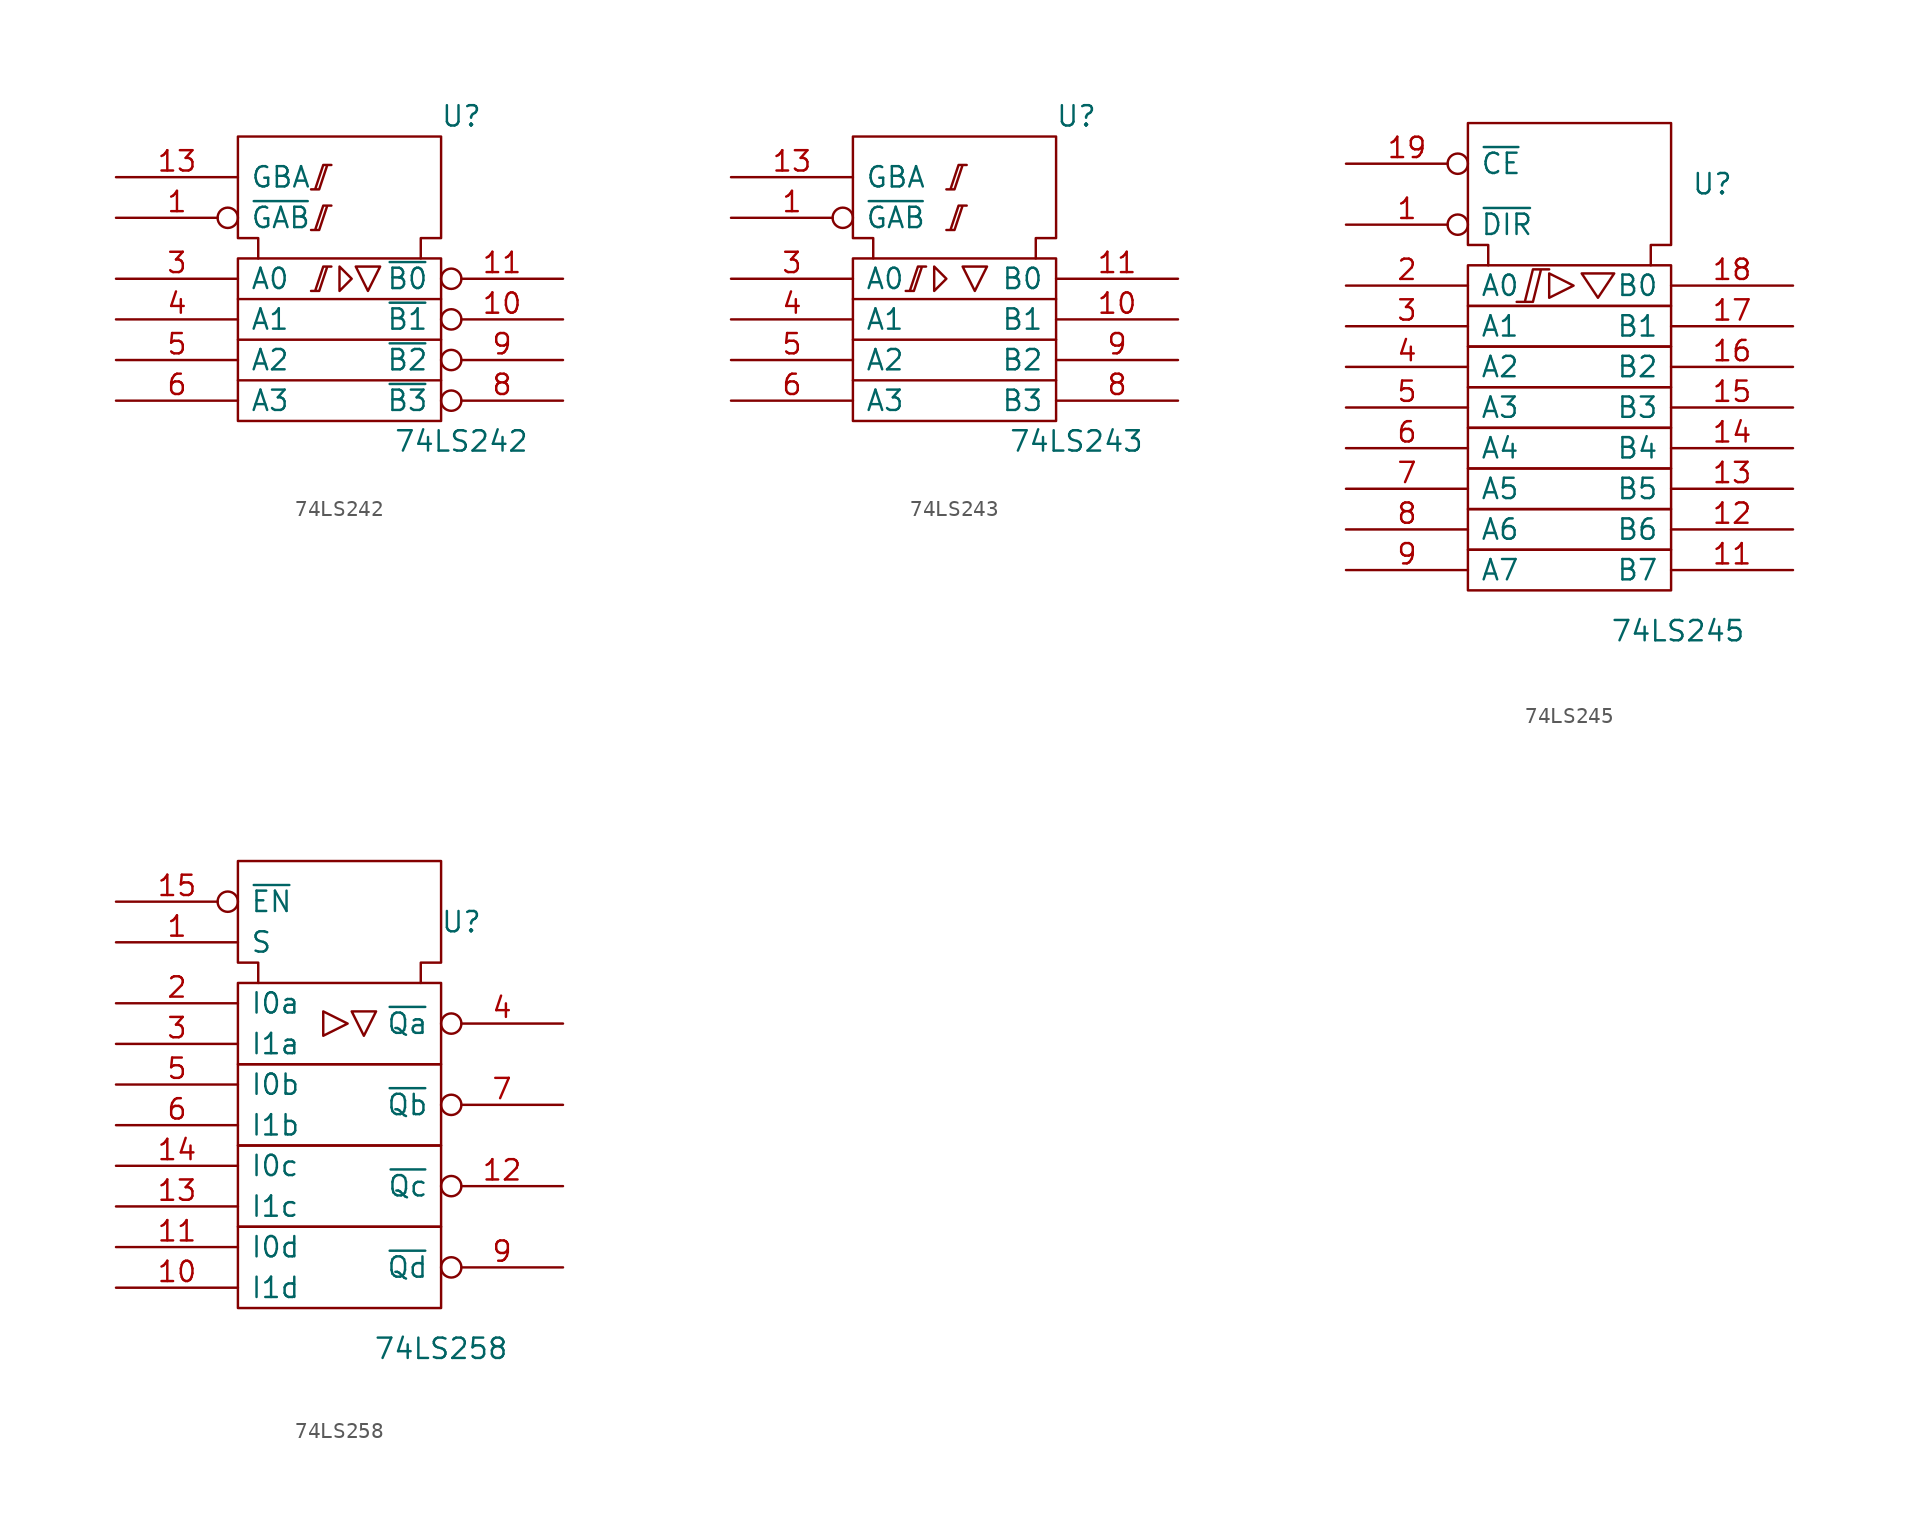
<source format=kicad_sym>
(kicad_symbol_lib
  (version 20201005)
  (generator kicad_symbol_editor)
  (symbol "74LS242"
    (pin_names
      (offset 0.762))
    (property "Reference" "U"
      (at 7.62 12.7 0)
      (effects (font (size 1.27 1.27))))
    (property "Value" "74LS242"
      (at 7.62 -7.62 0)
      (effects (font (size 1.27 1.27))))
    (symbol "74LS242_0_0"
      (pin power_in line (at 1.27 11.43 270) (length 0) hide (name "GND" (effects (font (size 1.27 1.27)))) (number "7" (effects (font (size 1.27 1.27)))))
      (pin power_in line (at 5.08 11.43 270) (length 0) hide (name "VCC" (effects (font (size 1.27 1.27)))) (number "14" (effects (font (size 1.27 1.27))))))
    (symbol "74LS242_0_1"
      (rectangle (start -6.35 3.81) (end 6.35 -6.35) (stroke (width 0)) (fill (type none)))
      (polyline (pts (xy -1.778 5.588) (xy -1.27 5.588) (xy -0.762 7.112) (xy -0.508 7.112) (xy -1.016 7.112) (xy -1.524 5.588) (xy -1.524 5.588)) (stroke (width 0)) (fill (type none)))
      (polyline (pts (xy -6.35 -3.81) (xy 6.35 -3.81) (xy 6.35 -3.81)) (stroke (width 0)) (fill (type none)))
      (polyline (pts (xy -1.778 1.778) (xy -1.27 1.778) (xy -0.762 3.302) (xy -0.508 3.302) (xy -1.016 3.302) (xy -1.524 1.778) (xy -1.524 1.778)) (stroke (width 0)) (fill (type none)))
      (polyline (pts (xy 0 3.302) (xy 0 1.778) (xy 0.762 2.54) (xy 0 3.302) (xy 0 3.302)) (stroke (width 0)) (fill (type none)))
      (polyline (pts (xy -5.08 3.81) (xy -5.08 5.08) (xy -6.35 5.08) (xy -6.35 11.43) (xy 6.35 11.43) (xy 6.35 5.08) (xy 5.08 5.08) (xy 5.08 3.81) (xy 5.08 3.81)) (stroke (width 0)) (fill (type none)))
      (polyline (pts (xy 1.016 3.302) (xy 2.54 3.302) (xy 1.778 1.778) (xy 1.016 3.302) (xy 1.016 3.302)) (stroke (width 0)) (fill (type none)))
      (polyline (pts (xy -6.35 -1.27) (xy 6.35 -1.27) (xy 6.35 -1.27)) (stroke (width 0)) (fill (type none)))
      (polyline (pts (xy -6.35 1.27) (xy 6.35 1.27) (xy 6.35 1.27)) (stroke (width 0)) (fill (type none)))
      (polyline (pts (xy -1.778 8.128) (xy -1.27 8.128) (xy -0.762 9.652) (xy -0.508 9.652) (xy -1.016 9.652) (xy -1.524 8.128) (xy -1.524 8.128)) (stroke (width 0)) (fill (type none))))
    (symbol "74LS242_1_1"
      (pin tri_state inverted (at 13.97 -5.08 180) (length 7.62) (name "~B3" (effects (font (size 1.27 1.27)))) (number "8" (effects (font (size 1.27 1.27)))))
      (pin tri_state inverted (at 13.97 -2.54 180) (length 7.62) (name "~B2" (effects (font (size 1.27 1.27)))) (number "9" (effects (font (size 1.27 1.27)))))
      (pin tri_state inverted (at 13.97 0 180) (length 7.62) (name "~B1" (effects (font (size 1.27 1.27)))) (number "10" (effects (font (size 1.27 1.27)))))
      (pin tri_state inverted (at 13.97 2.54 180) (length 7.62) (name "~B0" (effects (font (size 1.27 1.27)))) (number "11" (effects (font (size 1.27 1.27)))))
      (pin input line (at -13.97 -5.08 0) (length 7.62) (name "A3" (effects (font (size 1.27 1.27)))) (number "6" (effects (font (size 1.27 1.27)))))
      (pin input line (at -13.97 -2.54 0) (length 7.62) (name "A2" (effects (font (size 1.27 1.27)))) (number "5" (effects (font (size 1.27 1.27)))))
      (pin input line (at -13.97 0 0) (length 7.62) (name "A1" (effects (font (size 1.27 1.27)))) (number "4" (effects (font (size 1.27 1.27)))))
      (pin input line (at -13.97 2.54 0) (length 7.62) (name "A0" (effects (font (size 1.27 1.27)))) (number "3" (effects (font (size 1.27 1.27)))))
      (pin input inverted (at -13.97 6.35 0) (length 7.62) (name "~GAB" (effects (font (size 1.27 1.27)))) (number "1" (effects (font (size 1.27 1.27)))))
      (pin input line (at -13.97 8.89 0) (length 7.62) (name "GBA" (effects (font (size 1.27 1.27)))) (number "13" (effects (font (size 1.27 1.27)))))))
  (symbol "74LS243"
    (pin_names
      (offset 0.762))
    (property "Reference" "U"
      (at 7.62 12.7 0)
      (effects (font (size 1.27 1.27))))
    (property "Value" "74LS243"
      (at 7.62 -7.62 0)
      (effects (font (size 1.27 1.27))))
    (symbol "74LS243_0_0"
      (pin power_in line (at 1.27 11.43 270) (length 0) hide (name "GND" (effects (font (size 1.27 1.27)))) (number "7" (effects (font (size 1.27 1.27)))))
      (pin power_in line (at 5.08 11.43 270) (length 0) hide (name "VCC" (effects (font (size 1.27 1.27)))) (number "14" (effects (font (size 1.27 1.27))))))
    (symbol "74LS243_0_1"
      (rectangle (start -6.35 3.81) (end 6.35 -6.35) (stroke (width 0)) (fill (type none)))
      (polyline (pts (xy -0.508 5.588) (xy 0 5.588) (xy 0.508 7.112) (xy 0.762 7.112) (xy 0.254 7.112) (xy -0.254 5.588) (xy -0.254 5.588)) (stroke (width 0)) (fill (type none)))
      (polyline (pts (xy -6.35 -3.81) (xy 6.35 -3.81) (xy 6.35 -3.81)) (stroke (width 0)) (fill (type none)))
      (polyline (pts (xy -3.048 1.778) (xy -2.54 1.778) (xy -2.032 3.302) (xy -1.778 3.302) (xy -2.286 3.302) (xy -2.794 1.778) (xy -2.794 1.778)) (stroke (width 0)) (fill (type none)))
      (polyline (pts (xy -1.27 3.302) (xy -1.27 1.778) (xy -0.508 2.54) (xy -1.27 3.302) (xy -1.27 3.302)) (stroke (width 0)) (fill (type none)))
      (polyline (pts (xy -5.08 3.81) (xy -5.08 5.08) (xy -6.35 5.08) (xy -6.35 11.43) (xy 6.35 11.43) (xy 6.35 5.08) (xy 5.08 5.08) (xy 5.08 3.81) (xy 5.08 3.81)) (stroke (width 0)) (fill (type none)))
      (polyline (pts (xy 0.508 3.302) (xy 2.032 3.302) (xy 1.27 1.778) (xy 0.508 3.302) (xy 0.508 3.302)) (stroke (width 0)) (fill (type none)))
      (polyline (pts (xy -6.35 -1.27) (xy 6.35 -1.27) (xy 6.35 -1.27)) (stroke (width 0)) (fill (type none)))
      (polyline (pts (xy -6.35 1.27) (xy 6.35 1.27) (xy 6.35 1.27)) (stroke (width 0)) (fill (type none)))
      (polyline (pts (xy -0.508 8.128) (xy 0 8.128) (xy 0.508 9.652) (xy 0.762 9.652) (xy 0.254 9.652) (xy -0.254 8.128) (xy -0.254 8.128)) (stroke (width 0)) (fill (type none))))
    (symbol "74LS243_1_1"
      (pin tri_state line (at 13.97 -5.08 180) (length 7.62) (name "B3" (effects (font (size 1.27 1.27)))) (number "8" (effects (font (size 1.27 1.27)))))
      (pin tri_state line (at 13.97 -2.54 180) (length 7.62) (name "B2" (effects (font (size 1.27 1.27)))) (number "9" (effects (font (size 1.27 1.27)))))
      (pin tri_state line (at 13.97 0 180) (length 7.62) (name "B1" (effects (font (size 1.27 1.27)))) (number "10" (effects (font (size 1.27 1.27)))))
      (pin tri_state line (at 13.97 2.54 180) (length 7.62) (name "B0" (effects (font (size 1.27 1.27)))) (number "11" (effects (font (size 1.27 1.27)))))
      (pin input line (at -13.97 -5.08 0) (length 7.62) (name "A3" (effects (font (size 1.27 1.27)))) (number "6" (effects (font (size 1.27 1.27)))))
      (pin input line (at -13.97 -2.54 0) (length 7.62) (name "A2" (effects (font (size 1.27 1.27)))) (number "5" (effects (font (size 1.27 1.27)))))
      (pin input line (at -13.97 0 0) (length 7.62) (name "A1" (effects (font (size 1.27 1.27)))) (number "4" (effects (font (size 1.27 1.27)))))
      (pin input line (at -13.97 2.54 0) (length 7.62) (name "A0" (effects (font (size 1.27 1.27)))) (number "3" (effects (font (size 1.27 1.27)))))
      (pin input inverted (at -13.97 6.35 0) (length 7.62) (name "~GAB" (effects (font (size 1.27 1.27)))) (number "1" (effects (font (size 1.27 1.27)))))
      (pin input line (at -13.97 8.89 0) (length 7.62) (name "GBA" (effects (font (size 1.27 1.27)))) (number "13" (effects (font (size 1.27 1.27)))))))
  (symbol "74LS245"
    (pin_names
      (offset 0.762))
    (property "Reference" "U"
      (at 7.62 12.7 0)
      (effects (font (size 1.27 1.27)) (justify left)))
    (property "Value" "74LS245"
      (at 2.54 -15.24 0)
      (effects (font (size 1.27 1.27)) (justify left)))
    (symbol "74LS245_0_0"
      (polyline (pts (xy -3.302 5.334) (xy -2.286 5.334) (xy -1.778 7.366) (xy -1.27 7.366) (xy -2.286 7.366) (xy -2.794 5.334) (xy -2.794 5.334)) (stroke (width 0)) (fill (type none)))
      (polyline (pts (xy 0.762 7.112) (xy 2.794 7.112) (xy 1.778 5.588) (xy 0.762 7.112) (xy 0.762 7.112)) (stroke (width 0)) (fill (type none)))
      (polyline (pts (xy -1.27 7.112) (xy -1.27 5.588) (xy 0.254 6.35) (xy -1.27 7.112) (xy -1.27 7.112)) (stroke (width 0)) (fill (type none)))
      (pin power_in line (at 1.27 16.51 270) (length 0) hide (name "GND" (effects (font (size 1.27 1.27)))) (number "10" (effects (font (size 1.27 1.27)))))
      (pin power_in line (at 5.08 16.51 270) (length 0) hide (name "VCC" (effects (font (size 1.27 1.27)))) (number "20" (effects (font (size 1.27 1.27))))))
    (symbol "74LS245_0_1"
      (rectangle (start -6.35 -5.08) (end 6.35 -7.62) (stroke (width 0)) (fill (type none)))
      (rectangle (start -6.35 5.08) (end 6.35 2.54) (stroke (width 0)) (fill (type none)))
      (rectangle (start -6.35 -2.54) (end 6.35 -5.08) (stroke (width 0)) (fill (type none)))
      (rectangle (start -6.35 7.62) (end 6.35 5.08) (stroke (width 0)) (fill (type none)))
      (rectangle (start -6.35 -10.16) (end 6.35 -12.7) (stroke (width 0)) (fill (type none)))
      (rectangle (start -6.35 0) (end 6.35 -2.54) (stroke (width 0)) (fill (type none)))
      (rectangle (start -6.35 2.54) (end 6.35 0) (stroke (width 0)) (fill (type none)))
      (rectangle (start -6.35 -7.62) (end 6.35 -10.16) (stroke (width 0)) (fill (type none)))
      (polyline (pts (xy -5.08 7.62) (xy -5.08 8.89) (xy -6.35 8.89) (xy -6.35 16.51) (xy 6.35 16.51) (xy 6.35 8.89) (xy 5.08 8.89) (xy 5.08 7.62) (xy 5.08 7.62)) (stroke (width 0)) (fill (type none))))
    (symbol "74LS245_1_1"
      (pin tri_state line (at 13.97 -11.43 180) (length 7.62) (name "B7" (effects (font (size 1.27 1.27)))) (number "11" (effects (font (size 1.27 1.27)))))
      (pin tri_state line (at 13.97 -8.89 180) (length 7.62) (name "B6" (effects (font (size 1.27 1.27)))) (number "12" (effects (font (size 1.27 1.27)))))
      (pin tri_state line (at 13.97 -6.35 180) (length 7.62) (name "B5" (effects (font (size 1.27 1.27)))) (number "13" (effects (font (size 1.27 1.27)))))
      (pin tri_state line (at 13.97 -3.81 180) (length 7.62) (name "B4" (effects (font (size 1.27 1.27)))) (number "14" (effects (font (size 1.27 1.27)))))
      (pin tri_state line (at 13.97 -1.27 180) (length 7.62) (name "B3" (effects (font (size 1.27 1.27)))) (number "15" (effects (font (size 1.27 1.27)))))
      (pin tri_state line (at 13.97 1.27 180) (length 7.62) (name "B2" (effects (font (size 1.27 1.27)))) (number "16" (effects (font (size 1.27 1.27)))))
      (pin tri_state line (at 13.97 3.81 180) (length 7.62) (name "B1" (effects (font (size 1.27 1.27)))) (number "17" (effects (font (size 1.27 1.27)))))
      (pin tri_state line (at 13.97 6.35 180) (length 7.62) (name "B0" (effects (font (size 1.27 1.27)))) (number "18" (effects (font (size 1.27 1.27)))))
      (pin tri_state line (at -13.97 -11.43 0) (length 7.62) (name "A7" (effects (font (size 1.27 1.27)))) (number "9" (effects (font (size 1.27 1.27)))))
      (pin tri_state line (at -13.97 -8.89 0) (length 7.62) (name "A6" (effects (font (size 1.27 1.27)))) (number "8" (effects (font (size 1.27 1.27)))))
      (pin tri_state line (at -13.97 -6.35 0) (length 7.62) (name "A5" (effects (font (size 1.27 1.27)))) (number "7" (effects (font (size 1.27 1.27)))))
      (pin tri_state line (at -13.97 -3.81 0) (length 7.62) (name "A4" (effects (font (size 1.27 1.27)))) (number "6" (effects (font (size 1.27 1.27)))))
      (pin tri_state line (at -13.97 -1.27 0) (length 7.62) (name "A3" (effects (font (size 1.27 1.27)))) (number "5" (effects (font (size 1.27 1.27)))))
      (pin tri_state line (at -13.97 1.27 0) (length 7.62) (name "A2" (effects (font (size 1.27 1.27)))) (number "4" (effects (font (size 1.27 1.27)))))
      (pin tri_state line (at -13.97 3.81 0) (length 7.62) (name "A1" (effects (font (size 1.27 1.27)))) (number "3" (effects (font (size 1.27 1.27)))))
      (pin tri_state line (at -13.97 6.35 0) (length 7.62) (name "A0" (effects (font (size 1.27 1.27)))) (number "2" (effects (font (size 1.27 1.27)))))
      (pin input inverted (at -13.97 10.16 0) (length 7.62) (name "~DIR" (effects (font (size 1.27 1.27)))) (number "1" (effects (font (size 1.27 1.27)))))
      (pin input inverted (at -13.97 13.97 0) (length 7.62) (name "~CE" (effects (font (size 1.27 1.27)))) (number "19" (effects (font (size 1.27 1.27)))))))
  (symbol "74LS258"
    (pin_names
      (offset 0.762))
    (property "Reference" "U"
      (at 7.62 10.16 0)
      (effects (font (size 1.27 1.27))))
    (property "Value" "74LS258"
      (at 6.35 -16.51 0)
      (effects (font (size 1.27 1.27))))
    (symbol "74LS258_0_0"
      (rectangle (start -6.35 6.35) (end 6.35 1.27) (stroke (width 0)) (fill (type none)))
      (rectangle (start -6.35 -8.89) (end 6.35 -13.97) (stroke (width 0)) (fill (type none)))
      (rectangle (start -6.35 1.27) (end 6.35 -3.81) (stroke (width 0)) (fill (type none)))
      (rectangle (start -6.35 -3.81) (end 6.35 -8.89) (stroke (width 0)) (fill (type none)))
      (polyline (pts (xy -1.016 4.572) (xy -1.016 3.048) (xy 0.508 3.81) (xy -1.016 4.572) (xy -1.016 4.572)) (stroke (width 0)) (fill (type none)))
      (polyline (pts (xy 2.286 4.572) (xy 0.762 4.572) (xy 1.524 3.048) (xy 2.286 4.572) (xy 2.286 4.572)) (stroke (width 0)) (fill (type none)))
      (polyline (pts (xy -5.08 6.35) (xy -5.08 7.62) (xy -6.35 7.62) (xy -6.35 13.97) (xy 6.35 13.97) (xy 6.35 7.62) (xy 5.08 7.62) (xy 5.08 6.35) (xy 5.08 6.35)) (stroke (width 0)) (fill (type none)))
      (pin power_in line (at 0 13.97 270) (length 0) hide (name "GND" (effects (font (size 1.27 1.27)))) (number "8" (effects (font (size 1.27 1.27)))))
      (pin power_in line (at 3.81 13.97 270) (length 0) hide (name "VCC" (effects (font (size 1.27 1.27)))) (number "16" (effects (font (size 1.27 1.27))))))
    (symbol "74LS258_1_1"
      (pin tri_state inverted (at 13.97 -11.43 180) (length 7.62) (name "~Qd" (effects (font (size 1.27 1.27)))) (number "9" (effects (font (size 1.27 1.27)))))
      (pin tri_state inverted (at 13.97 -6.35 180) (length 7.62) (name "~Qc" (effects (font (size 1.27 1.27)))) (number "12" (effects (font (size 1.27 1.27)))))
      (pin tri_state inverted (at 13.97 -1.27 180) (length 7.62) (name "~Qb" (effects (font (size 1.27 1.27)))) (number "7" (effects (font (size 1.27 1.27)))))
      (pin tri_state inverted (at 13.97 3.81 180) (length 7.62) (name "~Qa" (effects (font (size 1.27 1.27)))) (number "4" (effects (font (size 1.27 1.27)))))
      (pin input line (at -13.97 -12.7 0) (length 7.62) (name "I1d" (effects (font (size 1.27 1.27)))) (number "10" (effects (font (size 1.27 1.27)))))
      (pin input line (at -13.97 -10.16 0) (length 7.62) (name "I0d" (effects (font (size 1.27 1.27)))) (number "11" (effects (font (size 1.27 1.27)))))
      (pin input line (at -13.97 -7.62 0) (length 7.62) (name "I1c" (effects (font (size 1.27 1.27)))) (number "13" (effects (font (size 1.27 1.27)))))
      (pin input line (at -13.97 -5.08 0) (length 7.62) (name "I0c" (effects (font (size 1.27 1.27)))) (number "14" (effects (font (size 1.27 1.27)))))
      (pin input line (at -13.97 -2.54 0) (length 7.62) (name "I1b" (effects (font (size 1.27 1.27)))) (number "6" (effects (font (size 1.27 1.27)))))
      (pin input line (at -13.97 0 0) (length 7.62) (name "I0b" (effects (font (size 1.27 1.27)))) (number "5" (effects (font (size 1.27 1.27)))))
      (pin input line (at -13.97 2.54 0) (length 7.62) (name "I1a" (effects (font (size 1.27 1.27)))) (number "3" (effects (font (size 1.27 1.27)))))
      (pin input line (at -13.97 5.08 0) (length 7.62) (name "I0a" (effects (font (size 1.27 1.27)))) (number "2" (effects (font (size 1.27 1.27)))))
      (pin input line (at -13.97 8.89 0) (length 7.62) (name "S" (effects (font (size 1.27 1.27)))) (number "1" (effects (font (size 1.27 1.27)))))
      (pin input inverted (at -13.97 11.43 0) (length 7.62) (name "~EN" (effects (font (size 1.27 1.27)))) (number "15" (effects (font (size 1.27 1.27))))))))
</source>
